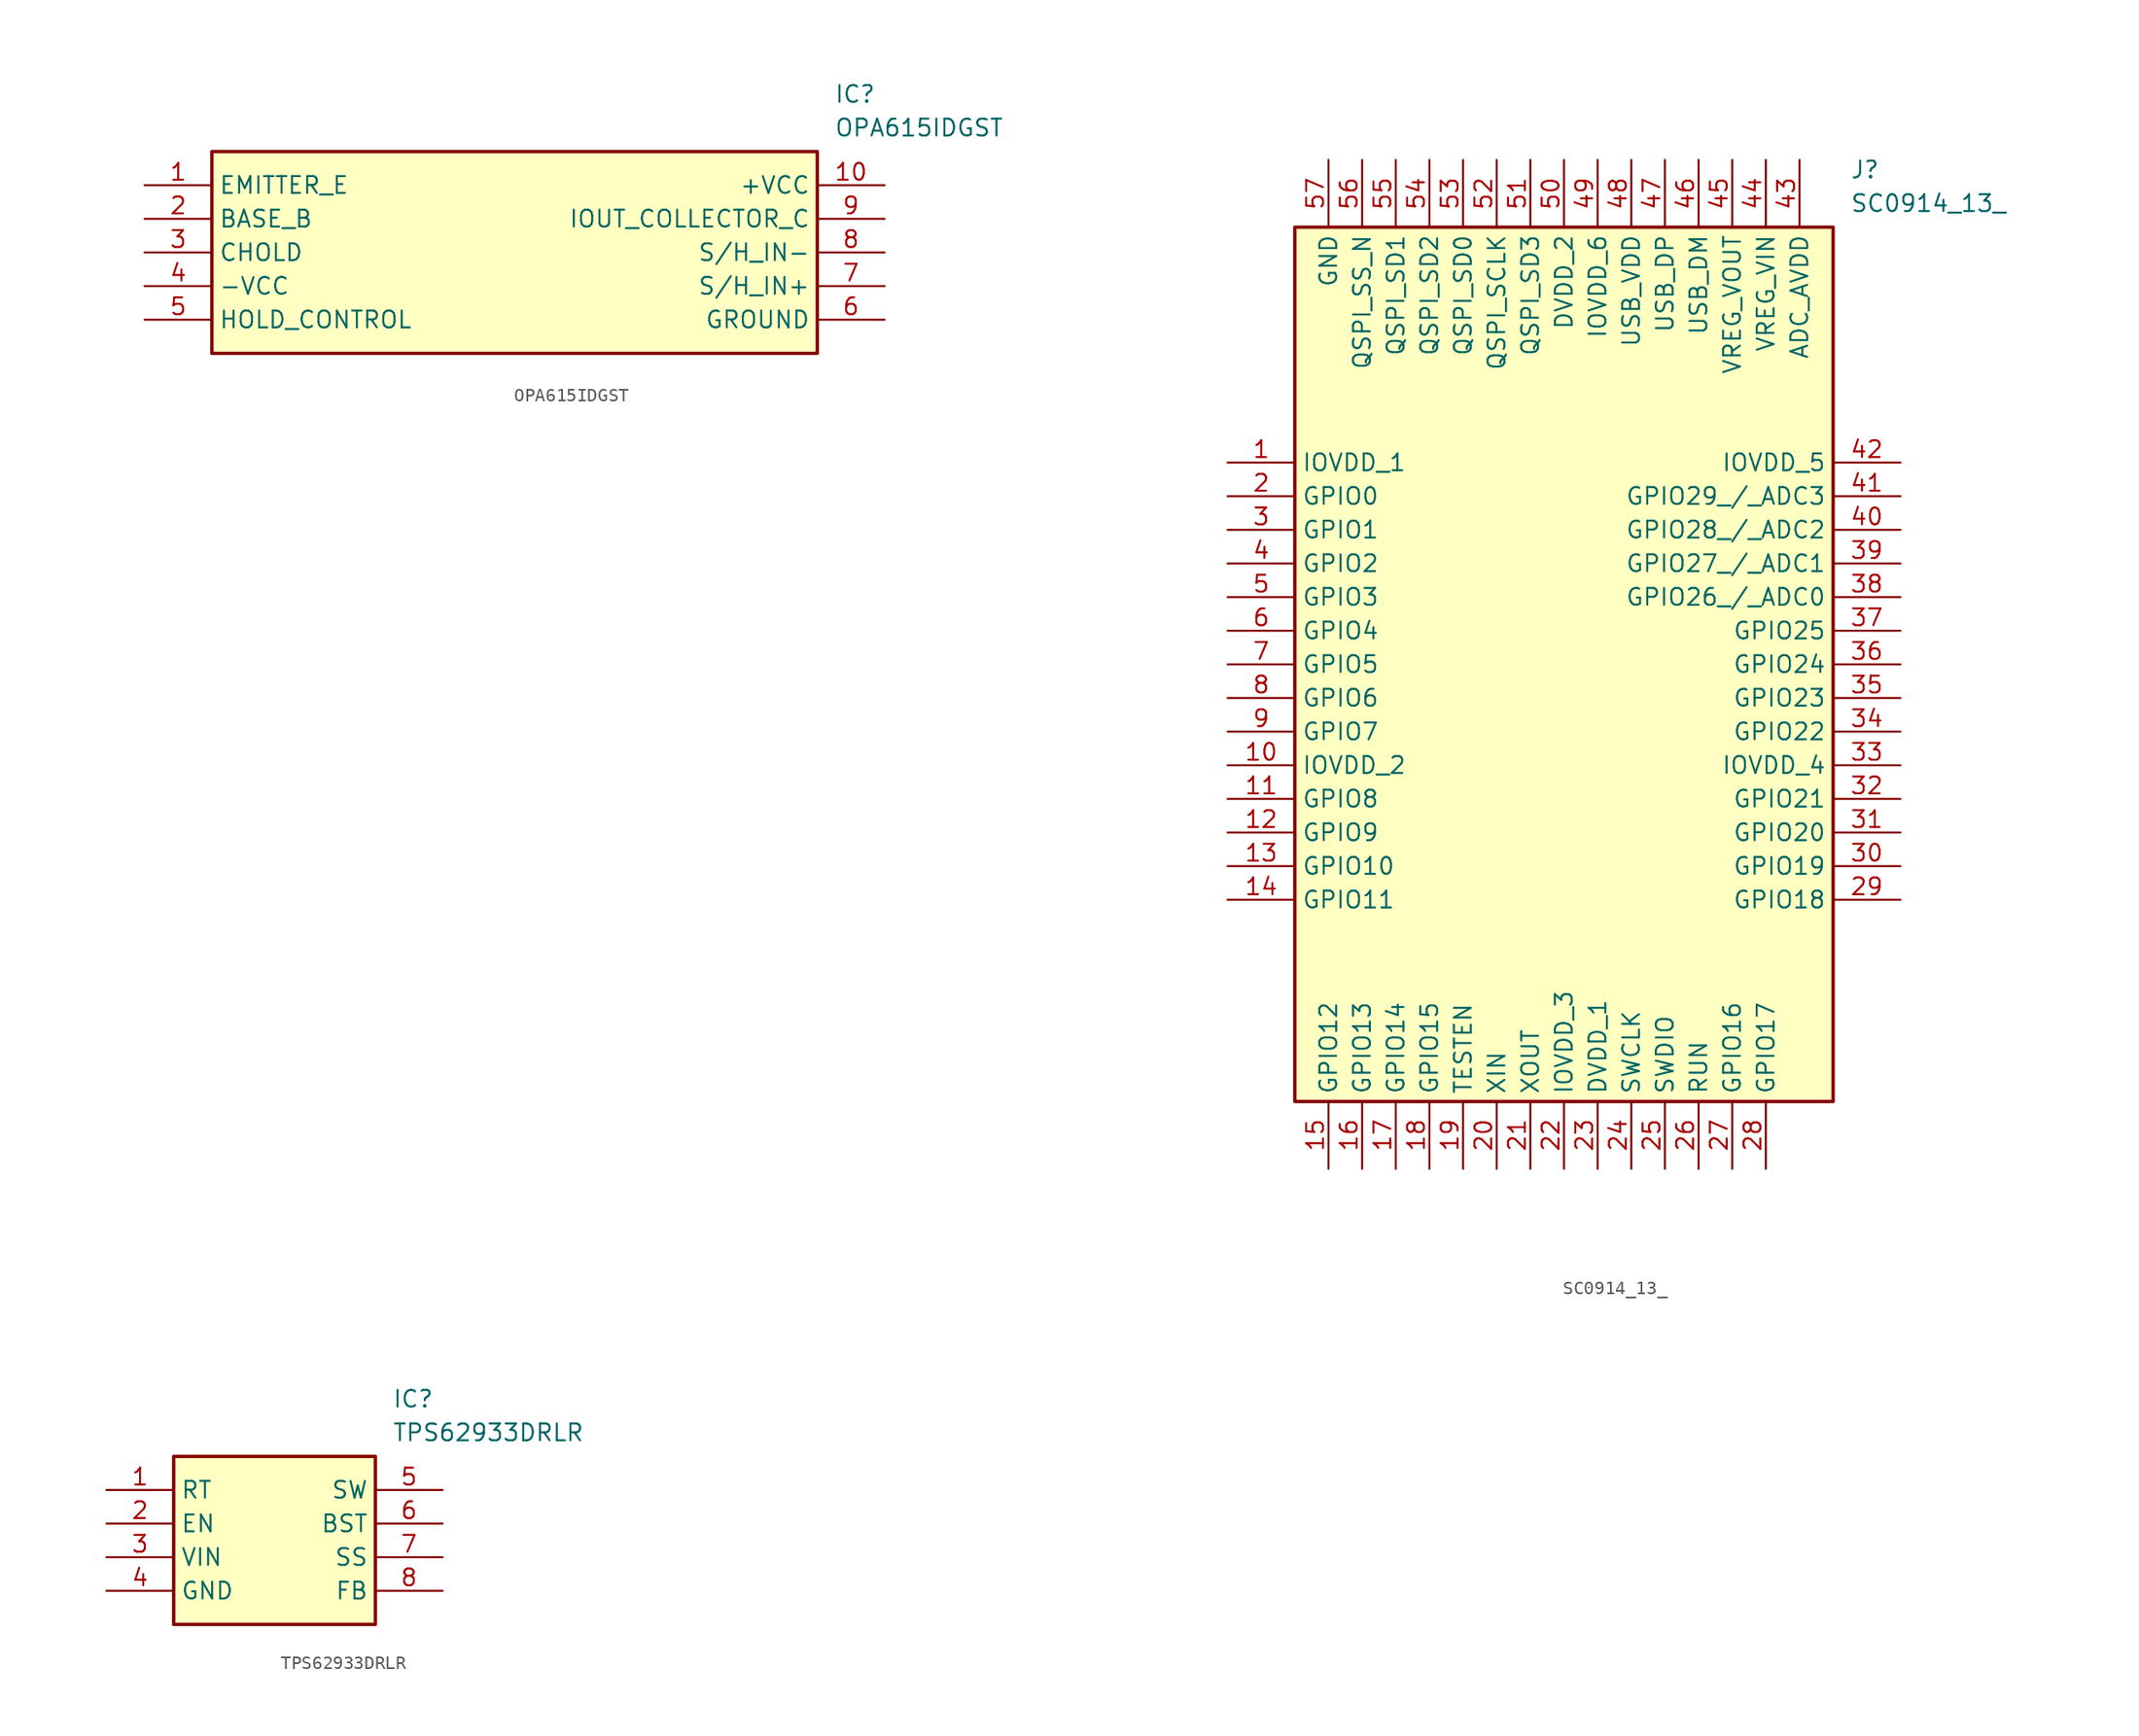
<source format=kicad_sym>
(kicad_symbol_lib
  (version 20231120)
  (generator "kicad_symbol_editor")
  (generator_version "8.0")
  (symbol "OPA615IDGST"
    (property "Reference" "IC"
      (at 52.07 7.62 0)
      (effects (font (size 1.27 1.27)) (justify left top)))
    (property "Value" "OPA615IDGST"
      (at 52.07 5.08 0)
      (effects (font (size 1.27 1.27)) (justify left top)))
    (symbol "OPA615IDGST_1_1"
      (rectangle (start 5.08 2.54) (end 50.8 -12.7) (stroke (width 0.254) (type default)) (fill (type background)))
      (pin passive line (at 0 0 0) (length 5.08) (name "EMITTER_E" (effects (font (size 1.27 1.27)))) (number "1" (effects (font (size 1.27 1.27)))))
      (pin power_in line (at 55.88 0 180) (length 5.08) (name "+VCC" (effects (font (size 1.27 1.27)))) (number "10" (effects (font (size 1.27 1.27)))))
      (pin passive line (at 0 -2.54 0) (length 5.08) (name "BASE_B" (effects (font (size 1.27 1.27)))) (number "2" (effects (font (size 1.27 1.27)))))
      (pin passive line (at 0 -5.08 0) (length 5.08) (name "CHOLD" (effects (font (size 1.27 1.27)))) (number "3" (effects (font (size 1.27 1.27)))))
      (pin power_in line (at 0 -7.62 0) (length 5.08) (name "-VCC" (effects (font (size 1.27 1.27)))) (number "4" (effects (font (size 1.27 1.27)))))
      (pin passive line (at 0 -10.16 0) (length 5.08) (name "HOLD_CONTROL" (effects (font (size 1.27 1.27)))) (number "5" (effects (font (size 1.27 1.27)))))
      (pin passive line (at 55.88 -10.16 180) (length 5.08) (name "GROUND" (effects (font (size 1.27 1.27)))) (number "6" (effects (font (size 1.27 1.27)))))
      (pin input line (at 55.88 -7.62 180) (length 5.08) (name "S/H_IN+" (effects (font (size 1.27 1.27)))) (number "7" (effects (font (size 1.27 1.27)))))
      (pin input line (at 55.88 -5.08 180) (length 5.08) (name "S/H_IN-" (effects (font (size 1.27 1.27)))) (number "8" (effects (font (size 1.27 1.27)))))
      (pin bidirectional line (at 55.88 -2.54 180) (length 5.08) (name "IOUT_COLLECTOR_C" (effects (font (size 1.27 1.27)))) (number "9" (effects (font (size 1.27 1.27)))))))
  (symbol "SC0914_13_"
    (property "Reference" "J"
      (at 46.99 22.86 0)
      (effects (font (size 1.27 1.27)) (justify left top)))
    (property "Value" "SC0914_13_"
      (at 46.99 20.32 0)
      (effects (font (size 1.27 1.27)) (justify left top)))
    (symbol "SC0914_13__1_1"
      (rectangle (start 5.08 17.78) (end 45.72 -48.26) (stroke (width 0.254) (type default)) (fill (type background)))
      (pin passive line (at 0 0 0) (length 5.08) (name "IOVDD_1" (effects (font (size 1.27 1.27)))) (number "1" (effects (font (size 1.27 1.27)))))
      (pin passive line (at 0 -22.86 0) (length 5.08) (name "IOVDD_2" (effects (font (size 1.27 1.27)))) (number "10" (effects (font (size 1.27 1.27)))))
      (pin passive line (at 0 -25.4 0) (length 5.08) (name "GPIO8" (effects (font (size 1.27 1.27)))) (number "11" (effects (font (size 1.27 1.27)))))
      (pin passive line (at 0 -27.94 0) (length 5.08) (name "GPIO9" (effects (font (size 1.27 1.27)))) (number "12" (effects (font (size 1.27 1.27)))))
      (pin passive line (at 0 -30.48 0) (length 5.08) (name "GPIO10" (effects (font (size 1.27 1.27)))) (number "13" (effects (font (size 1.27 1.27)))))
      (pin passive line (at 0 -33.02 0) (length 5.08) (name "GPIO11" (effects (font (size 1.27 1.27)))) (number "14" (effects (font (size 1.27 1.27)))))
      (pin passive line (at 7.62 -53.34 90) (length 5.08) (name "GPIO12" (effects (font (size 1.27 1.27)))) (number "15" (effects (font (size 1.27 1.27)))))
      (pin passive line (at 10.16 -53.34 90) (length 5.08) (name "GPIO13" (effects (font (size 1.27 1.27)))) (number "16" (effects (font (size 1.27 1.27)))))
      (pin passive line (at 12.7 -53.34 90) (length 5.08) (name "GPIO14" (effects (font (size 1.27 1.27)))) (number "17" (effects (font (size 1.27 1.27)))))
      (pin passive line (at 15.24 -53.34 90) (length 5.08) (name "GPIO15" (effects (font (size 1.27 1.27)))) (number "18" (effects (font (size 1.27 1.27)))))
      (pin passive line (at 17.78 -53.34 90) (length 5.08) (name "TESTEN" (effects (font (size 1.27 1.27)))) (number "19" (effects (font (size 1.27 1.27)))))
      (pin passive line (at 0 -2.54 0) (length 5.08) (name "GPIO0" (effects (font (size 1.27 1.27)))) (number "2" (effects (font (size 1.27 1.27)))))
      (pin passive line (at 20.32 -53.34 90) (length 5.08) (name "XIN" (effects (font (size 1.27 1.27)))) (number "20" (effects (font (size 1.27 1.27)))))
      (pin passive line (at 22.86 -53.34 90) (length 5.08) (name "XOUT" (effects (font (size 1.27 1.27)))) (number "21" (effects (font (size 1.27 1.27)))))
      (pin passive line (at 25.4 -53.34 90) (length 5.08) (name "IOVDD_3" (effects (font (size 1.27 1.27)))) (number "22" (effects (font (size 1.27 1.27)))))
      (pin passive line (at 27.94 -53.34 90) (length 5.08) (name "DVDD_1" (effects (font (size 1.27 1.27)))) (number "23" (effects (font (size 1.27 1.27)))))
      (pin passive line (at 30.48 -53.34 90) (length 5.08) (name "SWCLK" (effects (font (size 1.27 1.27)))) (number "24" (effects (font (size 1.27 1.27)))))
      (pin passive line (at 33.02 -53.34 90) (length 5.08) (name "SWDIO" (effects (font (size 1.27 1.27)))) (number "25" (effects (font (size 1.27 1.27)))))
      (pin passive line (at 35.56 -53.34 90) (length 5.08) (name "RUN" (effects (font (size 1.27 1.27)))) (number "26" (effects (font (size 1.27 1.27)))))
      (pin passive line (at 38.1 -53.34 90) (length 5.08) (name "GPIO16" (effects (font (size 1.27 1.27)))) (number "27" (effects (font (size 1.27 1.27)))))
      (pin passive line (at 40.64 -53.34 90) (length 5.08) (name "GPIO17" (effects (font (size 1.27 1.27)))) (number "28" (effects (font (size 1.27 1.27)))))
      (pin passive line (at 50.8 -33.02 180) (length 5.08) (name "GPIO18" (effects (font (size 1.27 1.27)))) (number "29" (effects (font (size 1.27 1.27)))))
      (pin passive line (at 0 -5.08 0) (length 5.08) (name "GPIO1" (effects (font (size 1.27 1.27)))) (number "3" (effects (font (size 1.27 1.27)))))
      (pin passive line (at 50.8 -30.48 180) (length 5.08) (name "GPIO19" (effects (font (size 1.27 1.27)))) (number "30" (effects (font (size 1.27 1.27)))))
      (pin passive line (at 50.8 -27.94 180) (length 5.08) (name "GPIO20" (effects (font (size 1.27 1.27)))) (number "31" (effects (font (size 1.27 1.27)))))
      (pin passive line (at 50.8 -25.4 180) (length 5.08) (name "GPIO21" (effects (font (size 1.27 1.27)))) (number "32" (effects (font (size 1.27 1.27)))))
      (pin passive line (at 50.8 -22.86 180) (length 5.08) (name "IOVDD_4" (effects (font (size 1.27 1.27)))) (number "33" (effects (font (size 1.27 1.27)))))
      (pin passive line (at 50.8 -20.32 180) (length 5.08) (name "GPIO22" (effects (font (size 1.27 1.27)))) (number "34" (effects (font (size 1.27 1.27)))))
      (pin passive line (at 50.8 -17.78 180) (length 5.08) (name "GPIO23" (effects (font (size 1.27 1.27)))) (number "35" (effects (font (size 1.27 1.27)))))
      (pin passive line (at 50.8 -15.24 180) (length 5.08) (name "GPIO24" (effects (font (size 1.27 1.27)))) (number "36" (effects (font (size 1.27 1.27)))))
      (pin passive line (at 50.8 -12.7 180) (length 5.08) (name "GPIO25" (effects (font (size 1.27 1.27)))) (number "37" (effects (font (size 1.27 1.27)))))
      (pin passive line (at 50.8 -10.16 180) (length 5.08) (name "GPIO26_/_ADC0" (effects (font (size 1.27 1.27)))) (number "38" (effects (font (size 1.27 1.27)))))
      (pin passive line (at 50.8 -7.62 180) (length 5.08) (name "GPIO27_/_ADC1" (effects (font (size 1.27 1.27)))) (number "39" (effects (font (size 1.27 1.27)))))
      (pin passive line (at 0 -7.62 0) (length 5.08) (name "GPIO2" (effects (font (size 1.27 1.27)))) (number "4" (effects (font (size 1.27 1.27)))))
      (pin passive line (at 50.8 -5.08 180) (length 5.08) (name "GPIO28_/_ADC2" (effects (font (size 1.27 1.27)))) (number "40" (effects (font (size 1.27 1.27)))))
      (pin passive line (at 50.8 -2.54 180) (length 5.08) (name "GPIO29_/_ADC3" (effects (font (size 1.27 1.27)))) (number "41" (effects (font (size 1.27 1.27)))))
      (pin passive line (at 50.8 0 180) (length 5.08) (name "IOVDD_5" (effects (font (size 1.27 1.27)))) (number "42" (effects (font (size 1.27 1.27)))))
      (pin passive line (at 43.18 22.86 270) (length 5.08) (name "ADC_AVDD" (effects (font (size 1.27 1.27)))) (number "43" (effects (font (size 1.27 1.27)))))
      (pin passive line (at 40.64 22.86 270) (length 5.08) (name "VREG_VIN" (effects (font (size 1.27 1.27)))) (number "44" (effects (font (size 1.27 1.27)))))
      (pin passive line (at 38.1 22.86 270) (length 5.08) (name "VREG_VOUT" (effects (font (size 1.27 1.27)))) (number "45" (effects (font (size 1.27 1.27)))))
      (pin passive line (at 35.56 22.86 270) (length 5.08) (name "USB_DM" (effects (font (size 1.27 1.27)))) (number "46" (effects (font (size 1.27 1.27)))))
      (pin passive line (at 33.02 22.86 270) (length 5.08) (name "USB_DP" (effects (font (size 1.27 1.27)))) (number "47" (effects (font (size 1.27 1.27)))))
      (pin passive line (at 30.48 22.86 270) (length 5.08) (name "USB_VDD" (effects (font (size 1.27 1.27)))) (number "48" (effects (font (size 1.27 1.27)))))
      (pin passive line (at 27.94 22.86 270) (length 5.08) (name "IOVDD_6" (effects (font (size 1.27 1.27)))) (number "49" (effects (font (size 1.27 1.27)))))
      (pin passive line (at 0 -10.16 0) (length 5.08) (name "GPIO3" (effects (font (size 1.27 1.27)))) (number "5" (effects (font (size 1.27 1.27)))))
      (pin passive line (at 25.4 22.86 270) (length 5.08) (name "DVDD_2" (effects (font (size 1.27 1.27)))) (number "50" (effects (font (size 1.27 1.27)))))
      (pin passive line (at 22.86 22.86 270) (length 5.08) (name "QSPI_SD3" (effects (font (size 1.27 1.27)))) (number "51" (effects (font (size 1.27 1.27)))))
      (pin passive line (at 20.32 22.86 270) (length 5.08) (name "QSPI_SCLK" (effects (font (size 1.27 1.27)))) (number "52" (effects (font (size 1.27 1.27)))))
      (pin passive line (at 17.78 22.86 270) (length 5.08) (name "QSPI_SD0" (effects (font (size 1.27 1.27)))) (number "53" (effects (font (size 1.27 1.27)))))
      (pin passive line (at 15.24 22.86 270) (length 5.08) (name "QSPI_SD2" (effects (font (size 1.27 1.27)))) (number "54" (effects (font (size 1.27 1.27)))))
      (pin passive line (at 12.7 22.86 270) (length 5.08) (name "QSPI_SD1" (effects (font (size 1.27 1.27)))) (number "55" (effects (font (size 1.27 1.27)))))
      (pin passive line (at 10.16 22.86 270) (length 5.08) (name "QSPI_SS_N" (effects (font (size 1.27 1.27)))) (number "56" (effects (font (size 1.27 1.27)))))
      (pin passive line (at 7.62 22.86 270) (length 5.08) (name "GND" (effects (font (size 1.27 1.27)))) (number "57" (effects (font (size 1.27 1.27)))))
      (pin passive line (at 0 -12.7 0) (length 5.08) (name "GPIO4" (effects (font (size 1.27 1.27)))) (number "6" (effects (font (size 1.27 1.27)))))
      (pin passive line (at 0 -15.24 0) (length 5.08) (name "GPIO5" (effects (font (size 1.27 1.27)))) (number "7" (effects (font (size 1.27 1.27)))))
      (pin passive line (at 0 -17.78 0) (length 5.08) (name "GPIO6" (effects (font (size 1.27 1.27)))) (number "8" (effects (font (size 1.27 1.27)))))
      (pin passive line (at 0 -20.32 0) (length 5.08) (name "GPIO7" (effects (font (size 1.27 1.27)))) (number "9" (effects (font (size 1.27 1.27)))))))
  (symbol "TPS62933DRLR"
    (property "Reference" "IC"
      (at 21.59 7.62 0)
      (effects (font (size 1.27 1.27)) (justify left top)))
    (property "Value" "TPS62933DRLR"
      (at 21.59 5.08 0)
      (effects (font (size 1.27 1.27)) (justify left top)))
    (symbol "TPS62933DRLR_1_1"
      (rectangle (start 5.08 2.54) (end 20.32 -10.16) (stroke (width 0.254) (type default)) (fill (type background)))
      (pin passive line (at 0 0 0) (length 5.08) (name "RT" (effects (font (size 1.27 1.27)))) (number "1" (effects (font (size 1.27 1.27)))))
      (pin passive line (at 0 -2.54 0) (length 5.08) (name "EN" (effects (font (size 1.27 1.27)))) (number "2" (effects (font (size 1.27 1.27)))))
      (pin passive line (at 0 -5.08 0) (length 5.08) (name "VIN" (effects (font (size 1.27 1.27)))) (number "3" (effects (font (size 1.27 1.27)))))
      (pin passive line (at 0 -7.62 0) (length 5.08) (name "GND" (effects (font (size 1.27 1.27)))) (number "4" (effects (font (size 1.27 1.27)))))
      (pin passive line (at 25.4 0 180) (length 5.08) (name "SW" (effects (font (size 1.27 1.27)))) (number "5" (effects (font (size 1.27 1.27)))))
      (pin passive line (at 25.4 -2.54 180) (length 5.08) (name "BST" (effects (font (size 1.27 1.27)))) (number "6" (effects (font (size 1.27 1.27)))))
      (pin passive line (at 25.4 -5.08 180) (length 5.08) (name "SS" (effects (font (size 1.27 1.27)))) (number "7" (effects (font (size 1.27 1.27)))))
      (pin passive line (at 25.4 -7.62 180) (length 5.08) (name "FB" (effects (font (size 1.27 1.27)))) (number "8" (effects (font (size 1.27 1.27))))))))
</source>
